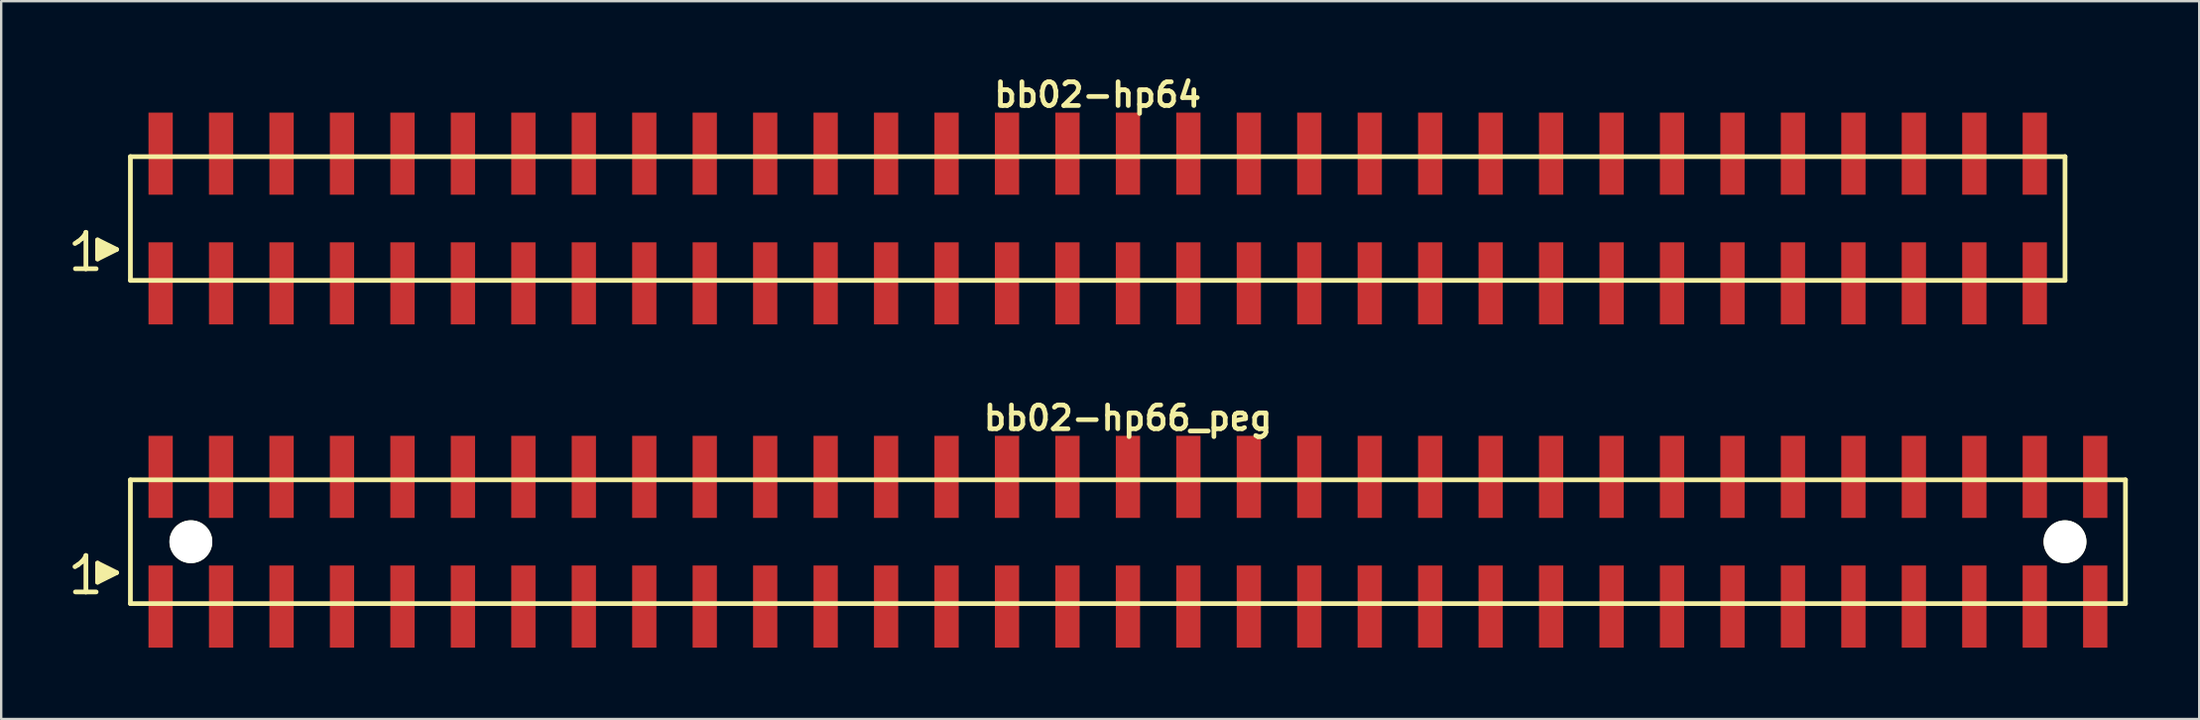
<source format=kicad_pcb>
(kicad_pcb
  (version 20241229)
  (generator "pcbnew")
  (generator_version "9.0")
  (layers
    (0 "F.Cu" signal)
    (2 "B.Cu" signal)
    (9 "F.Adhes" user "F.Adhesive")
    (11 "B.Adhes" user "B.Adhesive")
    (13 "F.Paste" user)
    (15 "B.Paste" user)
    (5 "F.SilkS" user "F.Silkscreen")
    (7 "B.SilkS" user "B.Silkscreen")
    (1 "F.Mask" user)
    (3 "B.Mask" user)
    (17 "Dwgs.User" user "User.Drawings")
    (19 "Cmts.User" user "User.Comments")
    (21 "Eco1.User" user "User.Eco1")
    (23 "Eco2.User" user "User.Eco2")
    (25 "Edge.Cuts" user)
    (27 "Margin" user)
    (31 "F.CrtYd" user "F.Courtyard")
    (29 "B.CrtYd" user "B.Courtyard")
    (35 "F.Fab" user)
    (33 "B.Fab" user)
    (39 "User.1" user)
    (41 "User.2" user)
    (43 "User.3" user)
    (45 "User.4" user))
  (footprint "bb02-hp64"
    (layer "F.Cu")
    (at 43.069 6.132)
    (property "Reference" "bb02-hp64" (at 0 -5.2 0) (layer "F.SilkS") (effects (font (size 0.998 0.998) (thickness 0.198))))
    (attr smd)
    (fp_line (start -42.97 1.05) (end -42.84 0.97) (stroke (width 0.198) (type solid)) (layer "F.SilkS"))
    (fp_line (start -42.84 0.97) (end -42.68 0.84) (stroke (width 0.198) (type solid)) (layer "F.SilkS"))
    (fp_line (start -42.68 0.84) (end -42.54 0.67) (stroke (width 0.198) (type solid)) (layer "F.SilkS"))
    (fp_line (start -42.54 0.67) (end -42.51 0.58) (stroke (width 0.198) (type solid)) (layer "F.SilkS"))
    (fp_line (start -42.51 0.58) (end -42.51 2.11) (stroke (width 0.198) (type solid)) (layer "F.SilkS"))
    (fp_line (start -42.51 2.11) (end -42.95 2.11) (stroke (width 0.198) (type solid)) (layer "F.SilkS"))
    (fp_line (start -42.08 2.11) (end -42.52 2.11) (stroke (width 0.198) (type solid)) (layer "F.SilkS"))
    (fp_line (start -42.02 0.9) (end -41.22 1.3) (stroke (width 0.198) (type solid)) (layer "F.SilkS"))
    (fp_line (start -42.02 1.7) (end -42.02 0.9) (stroke (width 0.198) (type solid)) (layer "F.SilkS"))
    (fp_line (start -41.92 1.6) (end -41.92 1) (stroke (width 0.198) (type solid)) (layer "F.SilkS"))
    (fp_line (start -41.82 1.1) (end -41.82 1.5) (stroke (width 0.198) (type solid)) (layer "F.SilkS"))
    (fp_line (start -41.72 1.5) (end -41.72 1.1) (stroke (width 0.198) (type solid)) (layer "F.SilkS"))
    (fp_line (start -41.62 1.2) (end -41.62 1.4) (stroke (width 0.198) (type solid)) (layer "F.SilkS"))
    (fp_line (start -41.52 1.4) (end -41.52 1.2) (stroke (width 0.198) (type solid)) (layer "F.SilkS"))
    (fp_line (start -41.22 1.3) (end -42.02 1.7) (stroke (width 0.198) (type solid)) (layer "F.SilkS"))
    (fp_line (start -40.64 -2.6) (end -40.64 2.6) (stroke (width 0.198) (type solid)) (layer "F.SilkS"))
    (fp_line (start -40.64 -2.6) (end 40.64 -2.6) (stroke (width 0.198) (type solid)) (layer "F.SilkS"))
    (fp_line (start 40.64 2.6) (end -40.64 2.6) (stroke (width 0.198) (type solid)) (layer "F.SilkS"))
    (fp_line (start 40.64 2.6) (end 40.64 -2.6) (stroke (width 0.198) (type solid)) (layer "F.SilkS"))
    (pad "1" smd rect (at -39.37 2.725) (size 1.02 3.45) (layers "F.Cu" "F.Mask" "F.Paste"))
    (pad "2" smd rect (at -39.37 -2.725) (size 1.02 3.45) (layers "F.Cu" "F.Mask" "F.Paste"))
    (pad "3" smd rect (at -36.83 2.725) (size 1.02 3.45) (layers "F.Cu" "F.Mask" "F.Paste"))
    (pad "4" smd rect (at -36.83 -2.725) (size 1.02 3.45) (layers "F.Cu" "F.Mask" "F.Paste"))
    (pad "5" smd rect (at -34.29 2.725) (size 1.02 3.45) (layers "F.Cu" "F.Mask" "F.Paste"))
    (pad "6" smd rect (at -34.29 -2.725) (size 1.02 3.45) (layers "F.Cu" "F.Mask" "F.Paste"))
    (pad "7" smd rect (at -31.75 2.725) (size 1.02 3.45) (layers "F.Cu" "F.Mask" "F.Paste"))
    (pad "8" smd rect (at -31.75 -2.725) (size 1.02 3.45) (layers "F.Cu" "F.Mask" "F.Paste"))
    (pad "9" smd rect (at -29.21 2.725) (size 1.02 3.45) (layers "F.Cu" "F.Mask" "F.Paste"))
    (pad "10" smd rect (at -29.21 -2.725) (size 1.02 3.45) (layers "F.Cu" "F.Mask" "F.Paste"))
    (pad "11" smd rect (at -26.67 2.725) (size 1.02 3.45) (layers "F.Cu" "F.Mask" "F.Paste"))
    (pad "12" smd rect (at -26.67 -2.725) (size 1.02 3.45) (layers "F.Cu" "F.Mask" "F.Paste"))
    (pad "13" smd rect (at -24.13 2.725) (size 1.02 3.45) (layers "F.Cu" "F.Mask" "F.Paste"))
    (pad "14" smd rect (at -24.13 -2.725) (size 1.02 3.45) (layers "F.Cu" "F.Mask" "F.Paste"))
    (pad "15" smd rect (at -21.59 2.725) (size 1.02 3.45) (layers "F.Cu" "F.Mask" "F.Paste"))
    (pad "16" smd rect (at -21.59 -2.725) (size 1.02 3.45) (layers "F.Cu" "F.Mask" "F.Paste"))
    (pad "17" smd rect (at -19.05 2.725) (size 1.02 3.45) (layers "F.Cu" "F.Mask" "F.Paste"))
    (pad "18" smd rect (at -19.05 -2.725) (size 1.02 3.45) (layers "F.Cu" "F.Mask" "F.Paste"))
    (pad "19" smd rect (at -16.51 2.725) (size 1.02 3.45) (layers "F.Cu" "F.Mask" "F.Paste"))
    (pad "20" smd rect (at -16.51 -2.725) (size 1.02 3.45) (layers "F.Cu" "F.Mask" "F.Paste"))
    (pad "21" smd rect (at -13.97 2.725) (size 1.02 3.45) (layers "F.Cu" "F.Mask" "F.Paste"))
    (pad "22" smd rect (at -13.97 -2.725) (size 1.02 3.45) (layers "F.Cu" "F.Mask" "F.Paste"))
    (pad "23" smd rect (at -11.43 2.725) (size 1.02 3.45) (layers "F.Cu" "F.Mask" "F.Paste"))
    (pad "24" smd rect (at -11.43 -2.725) (size 1.02 3.45) (layers "F.Cu" "F.Mask" "F.Paste"))
    (pad "25" smd rect (at -8.89 2.725) (size 1.02 3.45) (layers "F.Cu" "F.Mask" "F.Paste"))
    (pad "26" smd rect (at -8.89 -2.725) (size 1.02 3.45) (layers "F.Cu" "F.Mask" "F.Paste"))
    (pad "27" smd rect (at -6.35 2.725) (size 1.02 3.45) (layers "F.Cu" "F.Mask" "F.Paste"))
    (pad "28" smd rect (at -6.35 -2.725) (size 1.02 3.45) (layers "F.Cu" "F.Mask" "F.Paste"))
    (pad "29" smd rect (at -3.81 2.725) (size 1.02 3.45) (layers "F.Cu" "F.Mask" "F.Paste"))
    (pad "30" smd rect (at -3.81 -2.725) (size 1.02 3.45) (layers "F.Cu" "F.Mask" "F.Paste"))
    (pad "31" smd rect (at -1.27 2.725) (size 1.02 3.45) (layers "F.Cu" "F.Mask" "F.Paste"))
    (pad "32" smd rect (at -1.27 -2.725) (size 1.02 3.45) (layers "F.Cu" "F.Mask" "F.Paste"))
    (pad "33" smd rect (at 1.27 2.725) (size 1.02 3.45) (layers "F.Cu" "F.Mask" "F.Paste"))
    (pad "34" smd rect (at 1.27 -2.725) (size 1.02 3.45) (layers "F.Cu" "F.Mask" "F.Paste"))
    (pad "35" smd rect (at 3.81 2.725) (size 1.02 3.45) (layers "F.Cu" "F.Mask" "F.Paste"))
    (pad "36" smd rect (at 3.81 -2.725) (size 1.02 3.45) (layers "F.Cu" "F.Mask" "F.Paste"))
    (pad "37" smd rect (at 6.35 2.725) (size 1.02 3.45) (layers "F.Cu" "F.Mask" "F.Paste"))
    (pad "38" smd rect (at 6.35 -2.725) (size 1.02 3.45) (layers "F.Cu" "F.Mask" "F.Paste"))
    (pad "39" smd rect (at 8.89 2.725) (size 1.02 3.45) (layers "F.Cu" "F.Mask" "F.Paste"))
    (pad "40" smd rect (at 8.89 -2.725) (size 1.02 3.45) (layers "F.Cu" "F.Mask" "F.Paste"))
    (pad "41" smd rect (at 11.43 2.725) (size 1.02 3.45) (layers "F.Cu" "F.Mask" "F.Paste"))
    (pad "42" smd rect (at 11.43 -2.725) (size 1.02 3.45) (layers "F.Cu" "F.Mask" "F.Paste"))
    (pad "43" smd rect (at 13.97 2.725) (size 1.02 3.45) (layers "F.Cu" "F.Mask" "F.Paste"))
    (pad "44" smd rect (at 13.97 -2.725) (size 1.02 3.45) (layers "F.Cu" "F.Mask" "F.Paste"))
    (pad "45" smd rect (at 16.51 2.725) (size 1.02 3.45) (layers "F.Cu" "F.Mask" "F.Paste"))
    (pad "46" smd rect (at 16.51 -2.725) (size 1.02 3.45) (layers "F.Cu" "F.Mask" "F.Paste"))
    (pad "47" smd rect (at 19.05 2.725) (size 1.02 3.45) (layers "F.Cu" "F.Mask" "F.Paste"))
    (pad "48" smd rect (at 19.05 -2.725) (size 1.02 3.45) (layers "F.Cu" "F.Mask" "F.Paste"))
    (pad "49" smd rect (at 21.59 2.725) (size 1.02 3.45) (layers "F.Cu" "F.Mask" "F.Paste"))
    (pad "50" smd rect (at 21.59 -2.725) (size 1.02 3.45) (layers "F.Cu" "F.Mask" "F.Paste"))
    (pad "51" smd rect (at 24.13 2.725) (size 1.02 3.45) (layers "F.Cu" "F.Mask" "F.Paste"))
    (pad "52" smd rect (at 24.13 -2.725) (size 1.02 3.45) (layers "F.Cu" "F.Mask" "F.Paste"))
    (pad "53" smd rect (at 26.67 2.725) (size 1.02 3.45) (layers "F.Cu" "F.Mask" "F.Paste"))
    (pad "54" smd rect (at 26.67 -2.725) (size 1.02 3.45) (layers "F.Cu" "F.Mask" "F.Paste"))
    (pad "55" smd rect (at 29.21 2.725) (size 1.02 3.45) (layers "F.Cu" "F.Mask" "F.Paste"))
    (pad "56" smd rect (at 29.21 -2.725) (size 1.02 3.45) (layers "F.Cu" "F.Mask" "F.Paste"))
    (pad "57" smd rect (at 31.75 2.725) (size 1.02 3.45) (layers "F.Cu" "F.Mask" "F.Paste"))
    (pad "58" smd rect (at 31.75 -2.725) (size 1.02 3.45) (layers "F.Cu" "F.Mask" "F.Paste"))
    (pad "59" smd rect (at 34.29 2.725) (size 1.02 3.45) (layers "F.Cu" "F.Mask" "F.Paste"))
    (pad "60" smd rect (at 34.29 -2.725) (size 1.02 3.45) (layers "F.Cu" "F.Mask" "F.Paste"))
    (pad "61" smd rect (at 36.83 2.725) (size 1.02 3.45) (layers "F.Cu" "F.Mask" "F.Paste"))
    (pad "62" smd rect (at 36.83 -2.725) (size 1.02 3.45) (layers "F.Cu" "F.Mask" "F.Paste"))
    (pad "63" smd rect (at 39.37 2.725) (size 1.02 3.45) (layers "F.Cu" "F.Mask" "F.Paste"))
    (pad "64" smd rect (at 39.37 -2.725) (size 1.02 3.45) (layers "F.Cu" "F.Mask" "F.Paste")))
  (footprint "bb02-hp66_peg"
    (layer "F.Cu")
    (at 44.339 19.713)
    (property "Reference" "bb02-hp66_peg" (at 0 -5.2 0) (layer "F.SilkS") (effects (font (size 0.998 0.998) (thickness 0.198))))
    (attr smd)
    (fp_line (start -44.24 1.05) (end -44.11 0.97) (stroke (width 0.198) (type solid)) (layer "F.SilkS"))
    (fp_line (start -44.11 0.97) (end -43.95 0.84) (stroke (width 0.198) (type solid)) (layer "F.SilkS"))
    (fp_line (start -43.95 0.84) (end -43.81 0.67) (stroke (width 0.198) (type solid)) (layer "F.SilkS"))
    (fp_line (start -43.81 0.67) (end -43.78 0.58) (stroke (width 0.198) (type solid)) (layer "F.SilkS"))
    (fp_line (start -43.78 0.58) (end -43.78 2.11) (stroke (width 0.198) (type solid)) (layer "F.SilkS"))
    (fp_line (start -43.78 2.11) (end -44.22 2.11) (stroke (width 0.198) (type solid)) (layer "F.SilkS"))
    (fp_line (start -43.35 2.11) (end -43.79 2.11) (stroke (width 0.198) (type solid)) (layer "F.SilkS"))
    (fp_line (start -43.29 0.9) (end -42.49 1.3) (stroke (width 0.198) (type solid)) (layer "F.SilkS"))
    (fp_line (start -43.29 1.7) (end -43.29 0.9) (stroke (width 0.198) (type solid)) (layer "F.SilkS"))
    (fp_line (start -43.19 1.6) (end -43.19 1) (stroke (width 0.198) (type solid)) (layer "F.SilkS"))
    (fp_line (start -43.09 1.1) (end -43.09 1.5) (stroke (width 0.198) (type solid)) (layer "F.SilkS"))
    (fp_line (start -42.99 1.5) (end -42.99 1.1) (stroke (width 0.198) (type solid)) (layer "F.SilkS"))
    (fp_line (start -42.89 1.2) (end -42.89 1.4) (stroke (width 0.198) (type solid)) (layer "F.SilkS"))
    (fp_line (start -42.79 1.4) (end -42.79 1.2) (stroke (width 0.198) (type solid)) (layer "F.SilkS"))
    (fp_line (start -42.49 1.3) (end -43.29 1.7) (stroke (width 0.198) (type solid)) (layer "F.SilkS"))
    (fp_line (start -41.91 -2.6) (end -41.91 2.6) (stroke (width 0.198) (type solid)) (layer "F.SilkS"))
    (fp_line (start -41.91 -2.6) (end 41.91 -2.6) (stroke (width 0.198) (type solid)) (layer "F.SilkS"))
    (fp_line (start 41.91 2.6) (end -41.91 2.6) (stroke (width 0.198) (type solid)) (layer "F.SilkS"))
    (fp_line (start 41.91 2.6) (end 41.91 -2.6) (stroke (width 0.198) (type solid)) (layer "F.SilkS"))
    (pad "" np_thru_hole circle (at -39.37 0) (size 1.8 1.8) (drill 1.8) (layers "*.Cu" "*.Mask" "F.SilkS"))
    (pad "" np_thru_hole circle (at 39.37 0) (size 1.8 1.8) (drill 1.8) (layers "*.Cu" "*.Mask" "F.SilkS"))
    (pad "1" smd rect (at -40.64 2.725) (size 1.02 3.45) (layers "F.Cu" "F.Mask" "F.Paste"))
    (pad "2" smd rect (at -40.64 -2.725) (size 1.02 3.45) (layers "F.Cu" "F.Mask" "F.Paste"))
    (pad "3" smd rect (at -38.1 2.725) (size 1.02 3.45) (layers "F.Cu" "F.Mask" "F.Paste"))
    (pad "4" smd rect (at -38.1 -2.725) (size 1.02 3.45) (layers "F.Cu" "F.Mask" "F.Paste"))
    (pad "5" smd rect (at -35.56 2.725) (size 1.02 3.45) (layers "F.Cu" "F.Mask" "F.Paste"))
    (pad "6" smd rect (at -35.56 -2.725) (size 1.02 3.45) (layers "F.Cu" "F.Mask" "F.Paste"))
    (pad "7" smd rect (at -33.02 2.725) (size 1.02 3.45) (layers "F.Cu" "F.Mask" "F.Paste"))
    (pad "8" smd rect (at -33.02 -2.725) (size 1.02 3.45) (layers "F.Cu" "F.Mask" "F.Paste"))
    (pad "9" smd rect (at -30.48 2.725) (size 1.02 3.45) (layers "F.Cu" "F.Mask" "F.Paste"))
    (pad "10" smd rect (at -30.48 -2.725) (size 1.02 3.45) (layers "F.Cu" "F.Mask" "F.Paste"))
    (pad "11" smd rect (at -27.94 2.725) (size 1.02 3.45) (layers "F.Cu" "F.Mask" "F.Paste"))
    (pad "12" smd rect (at -27.94 -2.725) (size 1.02 3.45) (layers "F.Cu" "F.Mask" "F.Paste"))
    (pad "13" smd rect (at -25.4 2.725) (size 1.02 3.45) (layers "F.Cu" "F.Mask" "F.Paste"))
    (pad "14" smd rect (at -25.4 -2.725) (size 1.02 3.45) (layers "F.Cu" "F.Mask" "F.Paste"))
    (pad "15" smd rect (at -22.86 2.725) (size 1.02 3.45) (layers "F.Cu" "F.Mask" "F.Paste"))
    (pad "16" smd rect (at -22.86 -2.725) (size 1.02 3.45) (layers "F.Cu" "F.Mask" "F.Paste"))
    (pad "17" smd rect (at -20.32 2.725) (size 1.02 3.45) (layers "F.Cu" "F.Mask" "F.Paste"))
    (pad "18" smd rect (at -20.32 -2.725) (size 1.02 3.45) (layers "F.Cu" "F.Mask" "F.Paste"))
    (pad "19" smd rect (at -17.78 2.725) (size 1.02 3.45) (layers "F.Cu" "F.Mask" "F.Paste"))
    (pad "20" smd rect (at -17.78 -2.725) (size 1.02 3.45) (layers "F.Cu" "F.Mask" "F.Paste"))
    (pad "21" smd rect (at -15.24 2.725) (size 1.02 3.45) (layers "F.Cu" "F.Mask" "F.Paste"))
    (pad "22" smd rect (at -15.24 -2.725) (size 1.02 3.45) (layers "F.Cu" "F.Mask" "F.Paste"))
    (pad "23" smd rect (at -12.7 2.725) (size 1.02 3.45) (layers "F.Cu" "F.Mask" "F.Paste"))
    (pad "24" smd rect (at -12.7 -2.725) (size 1.02 3.45) (layers "F.Cu" "F.Mask" "F.Paste"))
    (pad "25" smd rect (at -10.16 2.725) (size 1.02 3.45) (layers "F.Cu" "F.Mask" "F.Paste"))
    (pad "26" smd rect (at -10.16 -2.725) (size 1.02 3.45) (layers "F.Cu" "F.Mask" "F.Paste"))
    (pad "27" smd rect (at -7.62 2.725) (size 1.02 3.45) (layers "F.Cu" "F.Mask" "F.Paste"))
    (pad "28" smd rect (at -7.62 -2.725) (size 1.02 3.45) (layers "F.Cu" "F.Mask" "F.Paste"))
    (pad "29" smd rect (at -5.08 2.725) (size 1.02 3.45) (layers "F.Cu" "F.Mask" "F.Paste"))
    (pad "30" smd rect (at -5.08 -2.725) (size 1.02 3.45) (layers "F.Cu" "F.Mask" "F.Paste"))
    (pad "31" smd rect (at -2.54 2.725) (size 1.02 3.45) (layers "F.Cu" "F.Mask" "F.Paste"))
    (pad "32" smd rect (at -2.54 -2.725) (size 1.02 3.45) (layers "F.Cu" "F.Mask" "F.Paste"))
    (pad "33" smd rect (at 0 2.725) (size 1.02 3.45) (layers "F.Cu" "F.Mask" "F.Paste"))
    (pad "34" smd rect (at 0 -2.725) (size 1.02 3.45) (layers "F.Cu" "F.Mask" "F.Paste"))
    (pad "35" smd rect (at 2.54 2.725) (size 1.02 3.45) (layers "F.Cu" "F.Mask" "F.Paste"))
    (pad "36" smd rect (at 2.54 -2.725) (size 1.02 3.45) (layers "F.Cu" "F.Mask" "F.Paste"))
    (pad "37" smd rect (at 5.08 2.725) (size 1.02 3.45) (layers "F.Cu" "F.Mask" "F.Paste"))
    (pad "38" smd rect (at 5.08 -2.725) (size 1.02 3.45) (layers "F.Cu" "F.Mask" "F.Paste"))
    (pad "39" smd rect (at 7.62 2.725) (size 1.02 3.45) (layers "F.Cu" "F.Mask" "F.Paste"))
    (pad "40" smd rect (at 7.62 -2.725) (size 1.02 3.45) (layers "F.Cu" "F.Mask" "F.Paste"))
    (pad "41" smd rect (at 10.16 2.725) (size 1.02 3.45) (layers "F.Cu" "F.Mask" "F.Paste"))
    (pad "42" smd rect (at 10.16 -2.725) (size 1.02 3.45) (layers "F.Cu" "F.Mask" "F.Paste"))
    (pad "43" smd rect (at 12.7 2.725) (size 1.02 3.45) (layers "F.Cu" "F.Mask" "F.Paste"))
    (pad "44" smd rect (at 12.7 -2.725) (size 1.02 3.45) (layers "F.Cu" "F.Mask" "F.Paste"))
    (pad "45" smd rect (at 15.24 2.725) (size 1.02 3.45) (layers "F.Cu" "F.Mask" "F.Paste"))
    (pad "46" smd rect (at 15.24 -2.725) (size 1.02 3.45) (layers "F.Cu" "F.Mask" "F.Paste"))
    (pad "47" smd rect (at 17.78 2.725) (size 1.02 3.45) (layers "F.Cu" "F.Mask" "F.Paste"))
    (pad "48" smd rect (at 17.78 -2.725) (size 1.02 3.45) (layers "F.Cu" "F.Mask" "F.Paste"))
    (pad "49" smd rect (at 20.32 2.725) (size 1.02 3.45) (layers "F.Cu" "F.Mask" "F.Paste"))
    (pad "50" smd rect (at 20.32 -2.725) (size 1.02 3.45) (layers "F.Cu" "F.Mask" "F.Paste"))
    (pad "51" smd rect (at 22.86 2.725) (size 1.02 3.45) (layers "F.Cu" "F.Mask" "F.Paste"))
    (pad "52" smd rect (at 22.86 -2.725) (size 1.02 3.45) (layers "F.Cu" "F.Mask" "F.Paste"))
    (pad "53" smd rect (at 25.4 2.725) (size 1.02 3.45) (layers "F.Cu" "F.Mask" "F.Paste"))
    (pad "54" smd rect (at 25.4 -2.725) (size 1.02 3.45) (layers "F.Cu" "F.Mask" "F.Paste"))
    (pad "55" smd rect (at 27.94 2.725) (size 1.02 3.45) (layers "F.Cu" "F.Mask" "F.Paste"))
    (pad "56" smd rect (at 27.94 -2.725) (size 1.02 3.45) (layers "F.Cu" "F.Mask" "F.Paste"))
    (pad "57" smd rect (at 30.48 2.725) (size 1.02 3.45) (layers "F.Cu" "F.Mask" "F.Paste"))
    (pad "58" smd rect (at 30.48 -2.725) (size 1.02 3.45) (layers "F.Cu" "F.Mask" "F.Paste"))
    (pad "59" smd rect (at 33.02 2.725) (size 1.02 3.45) (layers "F.Cu" "F.Mask" "F.Paste"))
    (pad "60" smd rect (at 33.02 -2.725) (size 1.02 3.45) (layers "F.Cu" "F.Mask" "F.Paste"))
    (pad "61" smd rect (at 35.56 2.725) (size 1.02 3.45) (layers "F.Cu" "F.Mask" "F.Paste"))
    (pad "62" smd rect (at 35.56 -2.725) (size 1.02 3.45) (layers "F.Cu" "F.Mask" "F.Paste"))
    (pad "63" smd rect (at 38.1 2.725) (size 1.02 3.45) (layers "F.Cu" "F.Mask" "F.Paste"))
    (pad "64" smd rect (at 38.1 -2.725) (size 1.02 3.45) (layers "F.Cu" "F.Mask" "F.Paste"))
    (pad "65" smd rect (at 40.64 2.725) (size 1.02 3.45) (layers "F.Cu" "F.Mask" "F.Paste"))
    (pad "66" smd rect (at 40.64 -2.725) (size 1.02 3.45) (layers "F.Cu" "F.Mask" "F.Paste")))
  (gr_rect
    (start -3 -3)
    (end 89.348 27.163)
    (stroke (width 0.1) (type default))
    (fill no)
    (layer "Edge.Cuts")))
</source>
